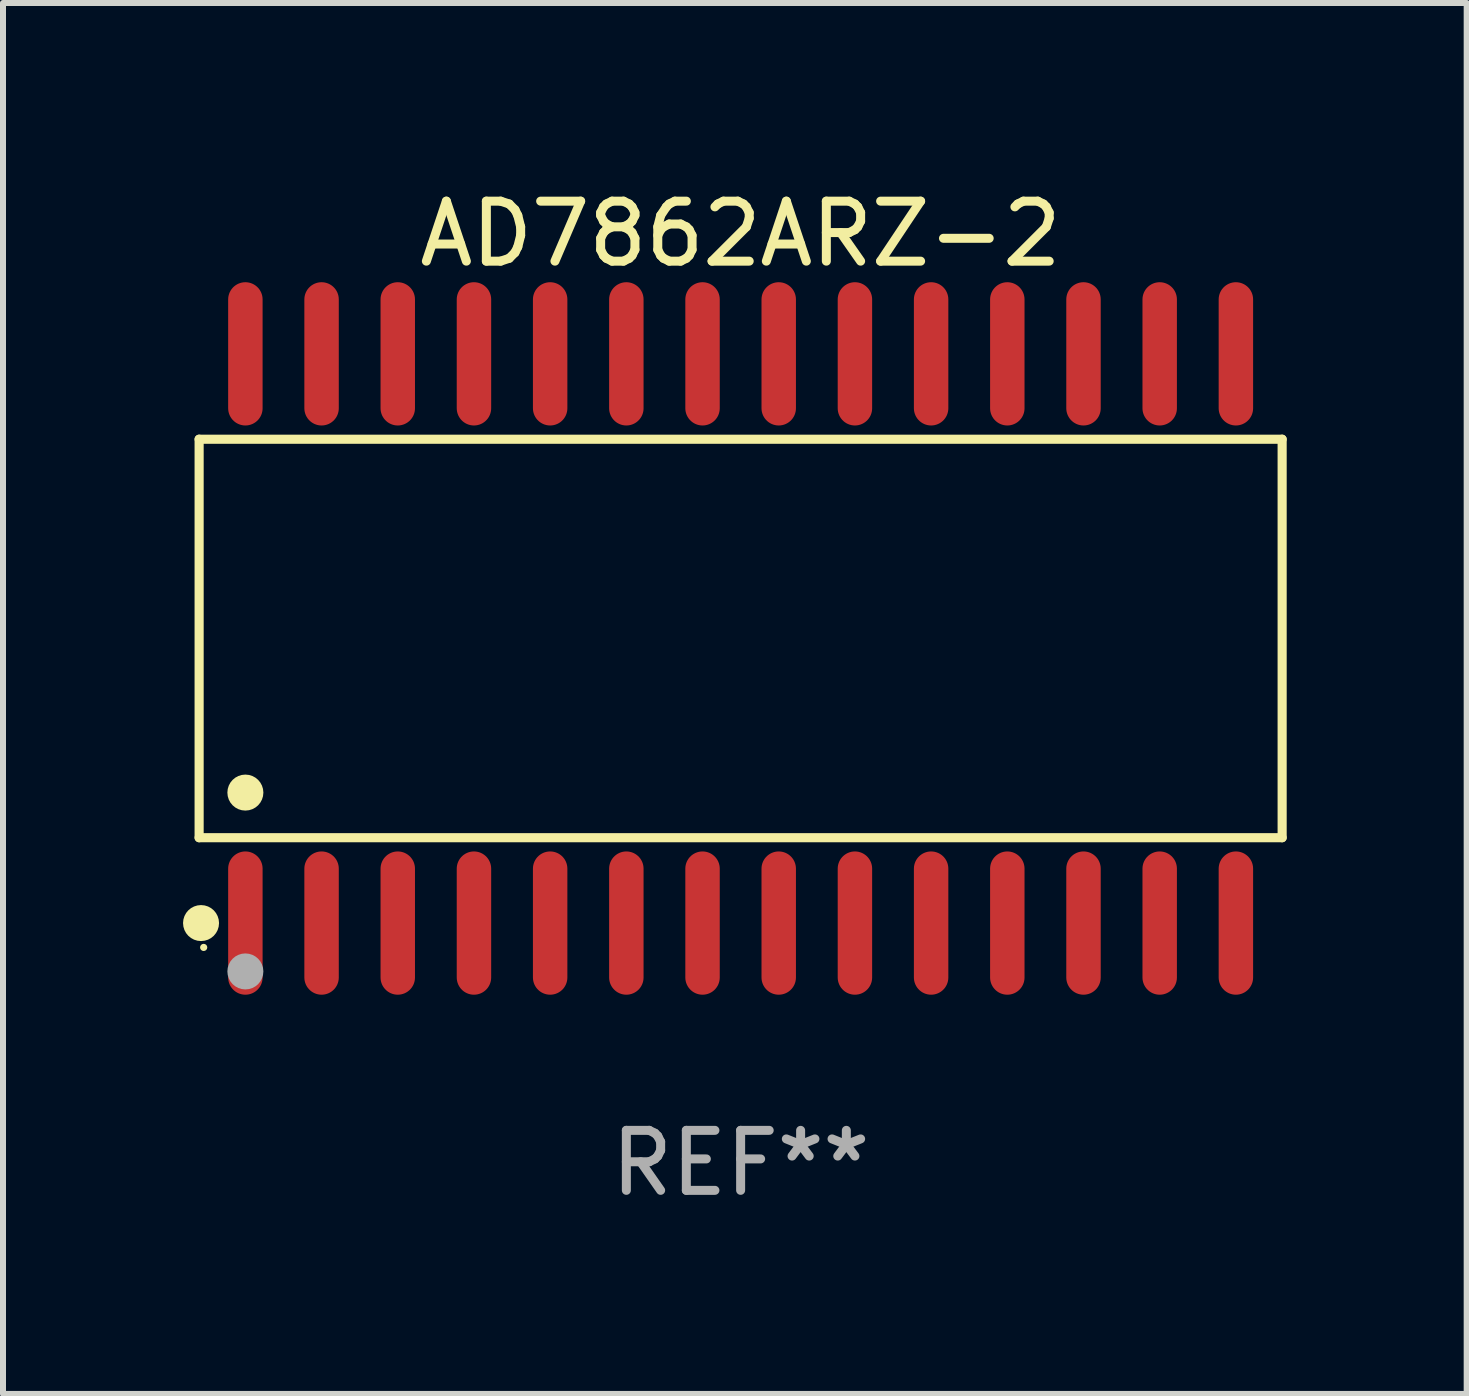
<source format=kicad_pcb>
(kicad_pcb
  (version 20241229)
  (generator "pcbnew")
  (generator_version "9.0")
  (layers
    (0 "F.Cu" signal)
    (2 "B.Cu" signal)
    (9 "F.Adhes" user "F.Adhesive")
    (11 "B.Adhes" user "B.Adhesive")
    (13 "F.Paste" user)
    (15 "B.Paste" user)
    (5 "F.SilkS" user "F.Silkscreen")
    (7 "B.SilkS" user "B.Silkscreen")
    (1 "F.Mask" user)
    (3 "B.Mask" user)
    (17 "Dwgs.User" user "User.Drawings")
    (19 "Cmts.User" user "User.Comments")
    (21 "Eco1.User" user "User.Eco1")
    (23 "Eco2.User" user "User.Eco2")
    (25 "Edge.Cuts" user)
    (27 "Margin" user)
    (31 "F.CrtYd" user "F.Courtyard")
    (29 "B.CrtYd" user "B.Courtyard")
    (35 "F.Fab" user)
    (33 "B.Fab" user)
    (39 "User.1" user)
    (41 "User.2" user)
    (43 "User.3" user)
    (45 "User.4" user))
  (footprint "AD7862ARZ-2"
    (layer "F.Cu")
    (at 9.295 7.592)
    (property "Reference" "AD7862ARZ-2" (at 0 -6.744 0) (layer "F.SilkS") (effects (font (size 1 1) (thickness 0.15))))
    (attr through_hole)
    (fp_line (start -9.026 -3.321) (end 9.026 -3.321) (stroke (width 0.152) (type solid)) (layer "F.SilkS"))
    (fp_line (start -9.026 3.321) (end -9.026 -3.321) (stroke (width 0.152) (type solid)) (layer "F.SilkS"))
    (fp_line (start 9.026 -3.321) (end 9.026 3.321) (stroke (width 0.152) (type solid)) (layer "F.SilkS"))
    (fp_line (start 9.026 3.321) (end -9.026 3.321) (stroke (width 0.152) (type solid)) (layer "F.SilkS"))
    (fp_circle (center -8.994 4.744) (end -8.844 4.744) (stroke (width 0.3) (type solid)) (fill no) (layer "F.SilkS"))
    (fp_circle (center -8.95 5.15) (end -8.92 5.15) (stroke (width 0.06) (type solid)) (fill no) (layer "F.SilkS"))
    (fp_circle (center -8.255 2.569) (end -8.105 2.569) (stroke (width 0.3) (type solid)) (fill no) (layer "F.SilkS"))
    (fp_circle (center -8.255 5.55) (end -8.105 5.55) (stroke (width 0.3) (type solid)) (fill no) (layer "F.Fab"))
    (fp_text user "REF**" (at 0 8.744 0) (layer "F.Fab") (effects (font (size 1 1) (thickness 0.15))))
    (pad "1" smd oval (at -8.255 4.744) (size 0.574 2.388) (layers "F.Cu" "F.Mask" "F.Paste"))
    (pad "2" smd oval (at -6.985 4.744) (size 0.574 2.388) (layers "F.Cu" "F.Mask" "F.Paste"))
    (pad "3" smd oval (at -5.715 4.744) (size 0.574 2.388) (layers "F.Cu" "F.Mask" "F.Paste"))
    (pad "4" smd oval (at -4.445 4.744) (size 0.574 2.388) (layers "F.Cu" "F.Mask" "F.Paste"))
    (pad "5" smd oval (at -3.175 4.744) (size 0.574 2.388) (layers "F.Cu" "F.Mask" "F.Paste"))
    (pad "6" smd oval (at -1.905 4.744) (size 0.574 2.388) (layers "F.Cu" "F.Mask" "F.Paste"))
    (pad "7" smd oval (at -0.635 4.744) (size 0.574 2.388) (layers "F.Cu" "F.Mask" "F.Paste"))
    (pad "8" smd oval (at 0.635 4.744) (size 0.574 2.388) (layers "F.Cu" "F.Mask" "F.Paste"))
    (pad "9" smd oval (at 1.905 4.744) (size 0.574 2.388) (layers "F.Cu" "F.Mask" "F.Paste"))
    (pad "10" smd oval (at 3.175 4.744) (size 0.574 2.388) (layers "F.Cu" "F.Mask" "F.Paste"))
    (pad "11" smd oval (at 4.445 4.744) (size 0.574 2.388) (layers "F.Cu" "F.Mask" "F.Paste"))
    (pad "12" smd oval (at 5.715 4.744) (size 0.574 2.388) (layers "F.Cu" "F.Mask" "F.Paste"))
    (pad "13" smd oval (at 6.985 4.744) (size 0.574 2.388) (layers "F.Cu" "F.Mask" "F.Paste"))
    (pad "14" smd oval (at 8.255 4.744) (size 0.574 2.388) (layers "F.Cu" "F.Mask" "F.Paste"))
    (pad "15" smd oval (at 8.255 -4.744) (size 0.574 2.388) (layers "F.Cu" "F.Mask" "F.Paste"))
    (pad "16" smd oval (at 6.985 -4.744) (size 0.574 2.388) (layers "F.Cu" "F.Mask" "F.Paste"))
    (pad "17" smd oval (at 5.715 -4.744) (size 0.574 2.388) (layers "F.Cu" "F.Mask" "F.Paste"))
    (pad "18" smd oval (at 4.445 -4.744) (size 0.574 2.388) (layers "F.Cu" "F.Mask" "F.Paste"))
    (pad "19" smd oval (at 3.175 -4.744) (size 0.574 2.388) (layers "F.Cu" "F.Mask" "F.Paste"))
    (pad "20" smd oval (at 1.905 -4.744) (size 0.574 2.388) (layers "F.Cu" "F.Mask" "F.Paste"))
    (pad "21" smd oval (at 0.635 -4.744) (size 0.574 2.388) (layers "F.Cu" "F.Mask" "F.Paste"))
    (pad "22" smd oval (at -0.635 -4.744) (size 0.574 2.388) (layers "F.Cu" "F.Mask" "F.Paste"))
    (pad "23" smd oval (at -1.905 -4.744) (size 0.574 2.388) (layers "F.Cu" "F.Mask" "F.Paste"))
    (pad "24" smd oval (at -3.175 -4.744) (size 0.574 2.388) (layers "F.Cu" "F.Mask" "F.Paste"))
    (pad "25" smd oval (at -4.445 -4.744) (size 0.574 2.388) (layers "F.Cu" "F.Mask" "F.Paste"))
    (pad "26" smd oval (at -5.715 -4.744) (size 0.574 2.388) (layers "F.Cu" "F.Mask" "F.Paste"))
    (pad "27" smd oval (at -6.985 -4.744) (size 0.574 2.388) (layers "F.Cu" "F.Mask" "F.Paste"))
    (pad "28" smd oval (at -8.255 -4.744) (size 0.574 2.388) (layers "F.Cu" "F.Mask" "F.Paste")))
  (gr_rect
    (start -3 -3)
    (end 21.397 20.184)
    (stroke (width 0.1) (type default))
    (fill no)
    (layer "Edge.Cuts")))
</source>
